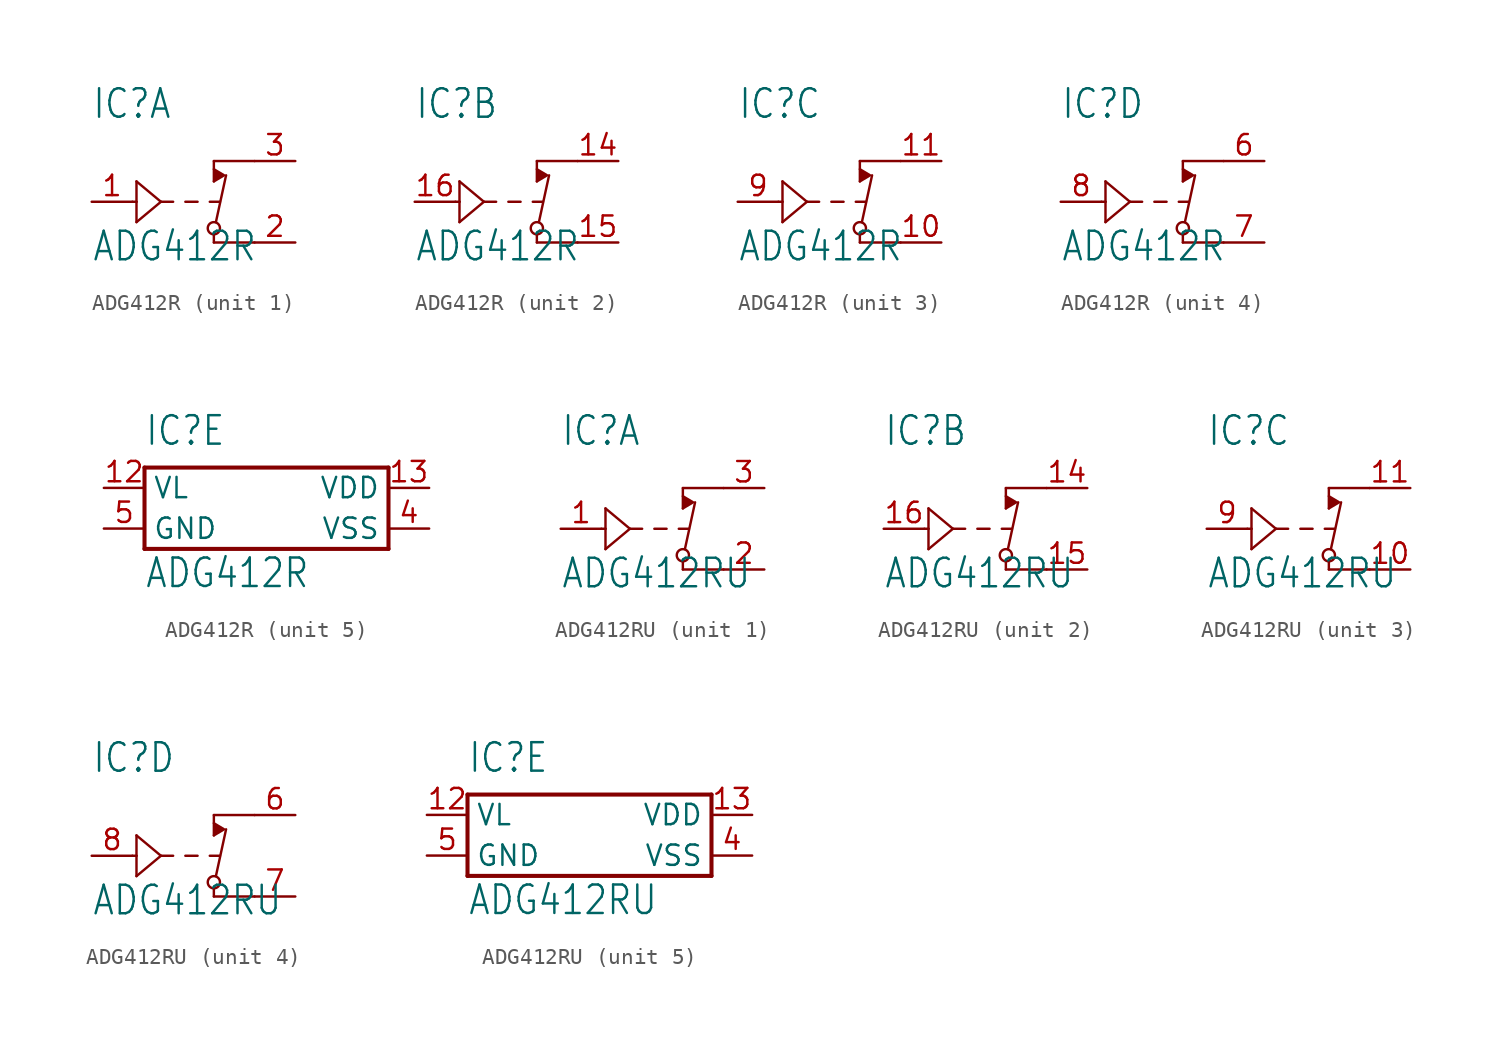
<source format=kicad_sym>
(kicad_symbol_lib
  (version 20211014)
  (generator kicad_symbol_editor)
  (symbol "ADG412R"
    (property "Reference" "IC"
      (at -7.62 5.08 0)
      (effects (font (size 1.778 1.511)) (justify left bottom)))
    (property "Value" "ADG412R"
      (at -7.62 -3.81 0)
      (effects (font (size 1.778 1.511)) (justify left bottom)))
    (property "ki_locked" ""
      (at 0 0 0)
      (effects (font (size 1.27 1.27))))
    (symbol "ADG412R_1_0"
      (circle (center 0 -1.651) (radius 0.381) (stroke (width 0.152) (type default) (color 0 0 0 0)) (fill (type none)))
      (polyline (pts (xy -5.08 0) (xy -4.826 0)) (stroke (width 0.152) (type default) (color 0 0 0 0)) (fill (type none)))
      (polyline (pts (xy -4.826 -1.27) (xy -4.826 0)) (stroke (width 0.152) (type default) (color 0 0 0 0)) (fill (type none)))
      (polyline (pts (xy -4.826 0) (xy -4.826 1.27)) (stroke (width 0.152) (type default) (color 0 0 0 0)) (fill (type none)))
      (polyline (pts (xy -4.826 1.27) (xy -3.302 0)) (stroke (width 0.152) (type default) (color 0 0 0 0)) (fill (type none)))
      (polyline (pts (xy -3.302 0) (xy -4.826 -1.27)) (stroke (width 0.152) (type default) (color 0 0 0 0)) (fill (type none)))
      (polyline (pts (xy -3.302 0) (xy -2.54 0)) (stroke (width 0.152) (type default) (color 0 0 0 0)) (fill (type none)))
      (polyline (pts (xy -1.778 0) (xy -1.016 0)) (stroke (width 0.152) (type default) (color 0 0 0 0)) (fill (type none)))
      (polyline (pts (xy -0.254 0) (xy 0.381 0)) (stroke (width 0.152) (type default) (color 0 0 0 0)) (fill (type none)))
      (polyline (pts (xy 0 -2.54) (xy 0 -2.032)) (stroke (width 0.152) (type default) (color 0 0 0 0)) (fill (type none)))
      (polyline (pts (xy 0 2.54) (xy 0 1.27)) (stroke (width 0.152) (type default) (color 0 0 0 0)) (fill (type none)))
      (polyline (pts (xy 0.127 -1.27) (xy 0.762 1.651)) (stroke (width 0.152) (type default) (color 0 0 0 0)) (fill (type none)))
      (polyline (pts (xy 2.54 -2.54) (xy 0 -2.54)) (stroke (width 0.152) (type default) (color 0 0 0 0)) (fill (type none)))
      (polyline (pts (xy 2.54 2.54) (xy 0 2.54)) (stroke (width 0.152) (type default) (color 0 0 0 0)) (fill (type none)))
      (polyline (pts (xy 0 1.27) (xy 0.635 1.651) (xy 0 2.032)) (stroke (width 0) (type default) (color 0 0 0 0)) (fill (type outline)))
      (pin input line (at -7.62 0 0) (length 2.54) (name "IN" (effects (font (size 0 0)))) (number "1" (effects (font (size 1.27 1.27)))))
      (pin passive line (at 5.08 -2.54 180) (length 2.54) (name "D" (effects (font (size 0 0)))) (number "2" (effects (font (size 1.27 1.27)))))
      (pin passive line (at 5.08 2.54 180) (length 2.54) (name "S" (effects (font (size 0 0)))) (number "3" (effects (font (size 1.27 1.27))))))
    (symbol "ADG412R_2_0"
      (circle (center 0 -1.651) (radius 0.381) (stroke (width 0.152) (type default) (color 0 0 0 0)) (fill (type none)))
      (polyline (pts (xy -5.08 0) (xy -4.826 0)) (stroke (width 0.152) (type default) (color 0 0 0 0)) (fill (type none)))
      (polyline (pts (xy -4.826 -1.27) (xy -4.826 0)) (stroke (width 0.152) (type default) (color 0 0 0 0)) (fill (type none)))
      (polyline (pts (xy -4.826 0) (xy -4.826 1.27)) (stroke (width 0.152) (type default) (color 0 0 0 0)) (fill (type none)))
      (polyline (pts (xy -4.826 1.27) (xy -3.302 0)) (stroke (width 0.152) (type default) (color 0 0 0 0)) (fill (type none)))
      (polyline (pts (xy -3.302 0) (xy -4.826 -1.27)) (stroke (width 0.152) (type default) (color 0 0 0 0)) (fill (type none)))
      (polyline (pts (xy -3.302 0) (xy -2.54 0)) (stroke (width 0.152) (type default) (color 0 0 0 0)) (fill (type none)))
      (polyline (pts (xy -1.778 0) (xy -1.016 0)) (stroke (width 0.152) (type default) (color 0 0 0 0)) (fill (type none)))
      (polyline (pts (xy -0.254 0) (xy 0.381 0)) (stroke (width 0.152) (type default) (color 0 0 0 0)) (fill (type none)))
      (polyline (pts (xy 0 -2.54) (xy 0 -2.032)) (stroke (width 0.152) (type default) (color 0 0 0 0)) (fill (type none)))
      (polyline (pts (xy 0 2.54) (xy 0 1.27)) (stroke (width 0.152) (type default) (color 0 0 0 0)) (fill (type none)))
      (polyline (pts (xy 0.127 -1.27) (xy 0.762 1.651)) (stroke (width 0.152) (type default) (color 0 0 0 0)) (fill (type none)))
      (polyline (pts (xy 2.54 -2.54) (xy 0 -2.54)) (stroke (width 0.152) (type default) (color 0 0 0 0)) (fill (type none)))
      (polyline (pts (xy 2.54 2.54) (xy 0 2.54)) (stroke (width 0.152) (type default) (color 0 0 0 0)) (fill (type none)))
      (polyline (pts (xy 0 1.27) (xy 0.635 1.651) (xy 0 2.032)) (stroke (width 0) (type default) (color 0 0 0 0)) (fill (type outline)))
      (pin passive line (at 5.08 2.54 180) (length 2.54) (name "S" (effects (font (size 0 0)))) (number "14" (effects (font (size 1.27 1.27)))))
      (pin passive line (at 5.08 -2.54 180) (length 2.54) (name "D" (effects (font (size 0 0)))) (number "15" (effects (font (size 1.27 1.27)))))
      (pin input line (at -7.62 0 0) (length 2.54) (name "IN" (effects (font (size 0 0)))) (number "16" (effects (font (size 1.27 1.27))))))
    (symbol "ADG412R_3_0"
      (circle (center 0 -1.651) (radius 0.381) (stroke (width 0.152) (type default) (color 0 0 0 0)) (fill (type none)))
      (polyline (pts (xy -5.08 0) (xy -4.826 0)) (stroke (width 0.152) (type default) (color 0 0 0 0)) (fill (type none)))
      (polyline (pts (xy -4.826 -1.27) (xy -4.826 0)) (stroke (width 0.152) (type default) (color 0 0 0 0)) (fill (type none)))
      (polyline (pts (xy -4.826 0) (xy -4.826 1.27)) (stroke (width 0.152) (type default) (color 0 0 0 0)) (fill (type none)))
      (polyline (pts (xy -4.826 1.27) (xy -3.302 0)) (stroke (width 0.152) (type default) (color 0 0 0 0)) (fill (type none)))
      (polyline (pts (xy -3.302 0) (xy -4.826 -1.27)) (stroke (width 0.152) (type default) (color 0 0 0 0)) (fill (type none)))
      (polyline (pts (xy -3.302 0) (xy -2.54 0)) (stroke (width 0.152) (type default) (color 0 0 0 0)) (fill (type none)))
      (polyline (pts (xy -1.778 0) (xy -1.016 0)) (stroke (width 0.152) (type default) (color 0 0 0 0)) (fill (type none)))
      (polyline (pts (xy -0.254 0) (xy 0.381 0)) (stroke (width 0.152) (type default) (color 0 0 0 0)) (fill (type none)))
      (polyline (pts (xy 0 -2.54) (xy 0 -2.032)) (stroke (width 0.152) (type default) (color 0 0 0 0)) (fill (type none)))
      (polyline (pts (xy 0 2.54) (xy 0 1.27)) (stroke (width 0.152) (type default) (color 0 0 0 0)) (fill (type none)))
      (polyline (pts (xy 0.127 -1.27) (xy 0.762 1.651)) (stroke (width 0.152) (type default) (color 0 0 0 0)) (fill (type none)))
      (polyline (pts (xy 2.54 -2.54) (xy 0 -2.54)) (stroke (width 0.152) (type default) (color 0 0 0 0)) (fill (type none)))
      (polyline (pts (xy 2.54 2.54) (xy 0 2.54)) (stroke (width 0.152) (type default) (color 0 0 0 0)) (fill (type none)))
      (polyline (pts (xy 0 1.27) (xy 0.635 1.651) (xy 0 2.032)) (stroke (width 0) (type default) (color 0 0 0 0)) (fill (type outline)))
      (pin passive line (at 5.08 -2.54 180) (length 2.54) (name "D" (effects (font (size 0 0)))) (number "10" (effects (font (size 1.27 1.27)))))
      (pin passive line (at 5.08 2.54 180) (length 2.54) (name "S" (effects (font (size 0 0)))) (number "11" (effects (font (size 1.27 1.27)))))
      (pin input line (at -7.62 0 0) (length 2.54) (name "IN" (effects (font (size 0 0)))) (number "9" (effects (font (size 1.27 1.27))))))
    (symbol "ADG412R_4_0"
      (circle (center 0 -1.651) (radius 0.381) (stroke (width 0.152) (type default) (color 0 0 0 0)) (fill (type none)))
      (polyline (pts (xy -5.08 0) (xy -4.826 0)) (stroke (width 0.152) (type default) (color 0 0 0 0)) (fill (type none)))
      (polyline (pts (xy -4.826 -1.27) (xy -4.826 0)) (stroke (width 0.152) (type default) (color 0 0 0 0)) (fill (type none)))
      (polyline (pts (xy -4.826 0) (xy -4.826 1.27)) (stroke (width 0.152) (type default) (color 0 0 0 0)) (fill (type none)))
      (polyline (pts (xy -4.826 1.27) (xy -3.302 0)) (stroke (width 0.152) (type default) (color 0 0 0 0)) (fill (type none)))
      (polyline (pts (xy -3.302 0) (xy -4.826 -1.27)) (stroke (width 0.152) (type default) (color 0 0 0 0)) (fill (type none)))
      (polyline (pts (xy -3.302 0) (xy -2.54 0)) (stroke (width 0.152) (type default) (color 0 0 0 0)) (fill (type none)))
      (polyline (pts (xy -1.778 0) (xy -1.016 0)) (stroke (width 0.152) (type default) (color 0 0 0 0)) (fill (type none)))
      (polyline (pts (xy -0.254 0) (xy 0.381 0)) (stroke (width 0.152) (type default) (color 0 0 0 0)) (fill (type none)))
      (polyline (pts (xy 0 -2.54) (xy 0 -2.032)) (stroke (width 0.152) (type default) (color 0 0 0 0)) (fill (type none)))
      (polyline (pts (xy 0 2.54) (xy 0 1.27)) (stroke (width 0.152) (type default) (color 0 0 0 0)) (fill (type none)))
      (polyline (pts (xy 0.127 -1.27) (xy 0.762 1.651)) (stroke (width 0.152) (type default) (color 0 0 0 0)) (fill (type none)))
      (polyline (pts (xy 2.54 -2.54) (xy 0 -2.54)) (stroke (width 0.152) (type default) (color 0 0 0 0)) (fill (type none)))
      (polyline (pts (xy 2.54 2.54) (xy 0 2.54)) (stroke (width 0.152) (type default) (color 0 0 0 0)) (fill (type none)))
      (polyline (pts (xy 0 1.27) (xy 0.635 1.651) (xy 0 2.032)) (stroke (width 0) (type default) (color 0 0 0 0)) (fill (type outline)))
      (pin passive line (at 5.08 2.54 180) (length 2.54) (name "S" (effects (font (size 0 0)))) (number "6" (effects (font (size 1.27 1.27)))))
      (pin passive line (at 5.08 -2.54 180) (length 2.54) (name "D" (effects (font (size 0 0)))) (number "7" (effects (font (size 1.27 1.27)))))
      (pin input line (at -7.62 0 0) (length 2.54) (name "IN" (effects (font (size 0 0)))) (number "8" (effects (font (size 1.27 1.27))))))
    (symbol "ADG412R_5_0"
      (polyline (pts (xy -7.62 -1.27) (xy -7.62 3.81)) (stroke (width 0.254) (type default) (color 0 0 0 0)) (fill (type none)))
      (polyline (pts (xy -7.62 3.81) (xy 7.62 3.81)) (stroke (width 0.254) (type default) (color 0 0 0 0)) (fill (type none)))
      (polyline (pts (xy 7.62 -1.27) (xy -7.62 -1.27)) (stroke (width 0.254) (type default) (color 0 0 0 0)) (fill (type none)))
      (polyline (pts (xy 7.62 3.81) (xy 7.62 -1.27)) (stroke (width 0.254) (type default) (color 0 0 0 0)) (fill (type none)))
      (pin power_in line (at -10.16 2.54 0) (length 2.54) (name "VL" (effects (font (size 1.27 1.27)))) (number "12" (effects (font (size 1.27 1.27)))))
      (pin power_in line (at 10.16 2.54 180) (length 2.54) (name "VDD" (effects (font (size 1.27 1.27)))) (number "13" (effects (font (size 1.27 1.27)))))
      (pin power_in line (at 10.16 0 180) (length 2.54) (name "VSS" (effects (font (size 1.27 1.27)))) (number "4" (effects (font (size 1.27 1.27)))))
      (pin power_in line (at -10.16 0 0) (length 2.54) (name "GND" (effects (font (size 1.27 1.27)))) (number "5" (effects (font (size 1.27 1.27)))))))
  (symbol "ADG412RU"
    (property "Reference" "IC"
      (at -7.62 5.08 0)
      (effects (font (size 1.778 1.511)) (justify left bottom)))
    (property "Value" "ADG412RU"
      (at -7.62 -3.81 0)
      (effects (font (size 1.778 1.511)) (justify left bottom)))
    (property "ki_locked" ""
      (at 0 0 0)
      (effects (font (size 1.27 1.27))))
    (symbol "ADG412RU_1_0"
      (circle (center 0 -1.651) (radius 0.381) (stroke (width 0.152) (type default) (color 0 0 0 0)) (fill (type none)))
      (polyline (pts (xy -5.08 0) (xy -4.826 0)) (stroke (width 0.152) (type default) (color 0 0 0 0)) (fill (type none)))
      (polyline (pts (xy -4.826 -1.27) (xy -4.826 0)) (stroke (width 0.152) (type default) (color 0 0 0 0)) (fill (type none)))
      (polyline (pts (xy -4.826 0) (xy -4.826 1.27)) (stroke (width 0.152) (type default) (color 0 0 0 0)) (fill (type none)))
      (polyline (pts (xy -4.826 1.27) (xy -3.302 0)) (stroke (width 0.152) (type default) (color 0 0 0 0)) (fill (type none)))
      (polyline (pts (xy -3.302 0) (xy -4.826 -1.27)) (stroke (width 0.152) (type default) (color 0 0 0 0)) (fill (type none)))
      (polyline (pts (xy -3.302 0) (xy -2.54 0)) (stroke (width 0.152) (type default) (color 0 0 0 0)) (fill (type none)))
      (polyline (pts (xy -1.778 0) (xy -1.016 0)) (stroke (width 0.152) (type default) (color 0 0 0 0)) (fill (type none)))
      (polyline (pts (xy -0.254 0) (xy 0.381 0)) (stroke (width 0.152) (type default) (color 0 0 0 0)) (fill (type none)))
      (polyline (pts (xy 0 -2.54) (xy 0 -2.032)) (stroke (width 0.152) (type default) (color 0 0 0 0)) (fill (type none)))
      (polyline (pts (xy 0 2.54) (xy 0 1.27)) (stroke (width 0.152) (type default) (color 0 0 0 0)) (fill (type none)))
      (polyline (pts (xy 0.127 -1.27) (xy 0.762 1.651)) (stroke (width 0.152) (type default) (color 0 0 0 0)) (fill (type none)))
      (polyline (pts (xy 2.54 -2.54) (xy 0 -2.54)) (stroke (width 0.152) (type default) (color 0 0 0 0)) (fill (type none)))
      (polyline (pts (xy 2.54 2.54) (xy 0 2.54)) (stroke (width 0.152) (type default) (color 0 0 0 0)) (fill (type none)))
      (polyline (pts (xy 0 1.27) (xy 0.635 1.651) (xy 0 2.032)) (stroke (width 0) (type default) (color 0 0 0 0)) (fill (type outline)))
      (pin input line (at -7.62 0 0) (length 2.54) (name "IN" (effects (font (size 0 0)))) (number "1" (effects (font (size 1.27 1.27)))))
      (pin passive line (at 5.08 -2.54 180) (length 2.54) (name "D" (effects (font (size 0 0)))) (number "2" (effects (font (size 1.27 1.27)))))
      (pin passive line (at 5.08 2.54 180) (length 2.54) (name "S" (effects (font (size 0 0)))) (number "3" (effects (font (size 1.27 1.27))))))
    (symbol "ADG412RU_2_0"
      (circle (center 0 -1.651) (radius 0.381) (stroke (width 0.152) (type default) (color 0 0 0 0)) (fill (type none)))
      (polyline (pts (xy -5.08 0) (xy -4.826 0)) (stroke (width 0.152) (type default) (color 0 0 0 0)) (fill (type none)))
      (polyline (pts (xy -4.826 -1.27) (xy -4.826 0)) (stroke (width 0.152) (type default) (color 0 0 0 0)) (fill (type none)))
      (polyline (pts (xy -4.826 0) (xy -4.826 1.27)) (stroke (width 0.152) (type default) (color 0 0 0 0)) (fill (type none)))
      (polyline (pts (xy -4.826 1.27) (xy -3.302 0)) (stroke (width 0.152) (type default) (color 0 0 0 0)) (fill (type none)))
      (polyline (pts (xy -3.302 0) (xy -4.826 -1.27)) (stroke (width 0.152) (type default) (color 0 0 0 0)) (fill (type none)))
      (polyline (pts (xy -3.302 0) (xy -2.54 0)) (stroke (width 0.152) (type default) (color 0 0 0 0)) (fill (type none)))
      (polyline (pts (xy -1.778 0) (xy -1.016 0)) (stroke (width 0.152) (type default) (color 0 0 0 0)) (fill (type none)))
      (polyline (pts (xy -0.254 0) (xy 0.381 0)) (stroke (width 0.152) (type default) (color 0 0 0 0)) (fill (type none)))
      (polyline (pts (xy 0 -2.54) (xy 0 -2.032)) (stroke (width 0.152) (type default) (color 0 0 0 0)) (fill (type none)))
      (polyline (pts (xy 0 2.54) (xy 0 1.27)) (stroke (width 0.152) (type default) (color 0 0 0 0)) (fill (type none)))
      (polyline (pts (xy 0.127 -1.27) (xy 0.762 1.651)) (stroke (width 0.152) (type default) (color 0 0 0 0)) (fill (type none)))
      (polyline (pts (xy 2.54 -2.54) (xy 0 -2.54)) (stroke (width 0.152) (type default) (color 0 0 0 0)) (fill (type none)))
      (polyline (pts (xy 2.54 2.54) (xy 0 2.54)) (stroke (width 0.152) (type default) (color 0 0 0 0)) (fill (type none)))
      (polyline (pts (xy 0 1.27) (xy 0.635 1.651) (xy 0 2.032)) (stroke (width 0) (type default) (color 0 0 0 0)) (fill (type outline)))
      (pin passive line (at 5.08 2.54 180) (length 2.54) (name "S" (effects (font (size 0 0)))) (number "14" (effects (font (size 1.27 1.27)))))
      (pin passive line (at 5.08 -2.54 180) (length 2.54) (name "D" (effects (font (size 0 0)))) (number "15" (effects (font (size 1.27 1.27)))))
      (pin input line (at -7.62 0 0) (length 2.54) (name "IN" (effects (font (size 0 0)))) (number "16" (effects (font (size 1.27 1.27))))))
    (symbol "ADG412RU_3_0"
      (circle (center 0 -1.651) (radius 0.381) (stroke (width 0.152) (type default) (color 0 0 0 0)) (fill (type none)))
      (polyline (pts (xy -5.08 0) (xy -4.826 0)) (stroke (width 0.152) (type default) (color 0 0 0 0)) (fill (type none)))
      (polyline (pts (xy -4.826 -1.27) (xy -4.826 0)) (stroke (width 0.152) (type default) (color 0 0 0 0)) (fill (type none)))
      (polyline (pts (xy -4.826 0) (xy -4.826 1.27)) (stroke (width 0.152) (type default) (color 0 0 0 0)) (fill (type none)))
      (polyline (pts (xy -4.826 1.27) (xy -3.302 0)) (stroke (width 0.152) (type default) (color 0 0 0 0)) (fill (type none)))
      (polyline (pts (xy -3.302 0) (xy -4.826 -1.27)) (stroke (width 0.152) (type default) (color 0 0 0 0)) (fill (type none)))
      (polyline (pts (xy -3.302 0) (xy -2.54 0)) (stroke (width 0.152) (type default) (color 0 0 0 0)) (fill (type none)))
      (polyline (pts (xy -1.778 0) (xy -1.016 0)) (stroke (width 0.152) (type default) (color 0 0 0 0)) (fill (type none)))
      (polyline (pts (xy -0.254 0) (xy 0.381 0)) (stroke (width 0.152) (type default) (color 0 0 0 0)) (fill (type none)))
      (polyline (pts (xy 0 -2.54) (xy 0 -2.032)) (stroke (width 0.152) (type default) (color 0 0 0 0)) (fill (type none)))
      (polyline (pts (xy 0 2.54) (xy 0 1.27)) (stroke (width 0.152) (type default) (color 0 0 0 0)) (fill (type none)))
      (polyline (pts (xy 0.127 -1.27) (xy 0.762 1.651)) (stroke (width 0.152) (type default) (color 0 0 0 0)) (fill (type none)))
      (polyline (pts (xy 2.54 -2.54) (xy 0 -2.54)) (stroke (width 0.152) (type default) (color 0 0 0 0)) (fill (type none)))
      (polyline (pts (xy 2.54 2.54) (xy 0 2.54)) (stroke (width 0.152) (type default) (color 0 0 0 0)) (fill (type none)))
      (polyline (pts (xy 0 1.27) (xy 0.635 1.651) (xy 0 2.032)) (stroke (width 0) (type default) (color 0 0 0 0)) (fill (type outline)))
      (pin passive line (at 5.08 -2.54 180) (length 2.54) (name "D" (effects (font (size 0 0)))) (number "10" (effects (font (size 1.27 1.27)))))
      (pin passive line (at 5.08 2.54 180) (length 2.54) (name "S" (effects (font (size 0 0)))) (number "11" (effects (font (size 1.27 1.27)))))
      (pin input line (at -7.62 0 0) (length 2.54) (name "IN" (effects (font (size 0 0)))) (number "9" (effects (font (size 1.27 1.27))))))
    (symbol "ADG412RU_4_0"
      (circle (center 0 -1.651) (radius 0.381) (stroke (width 0.152) (type default) (color 0 0 0 0)) (fill (type none)))
      (polyline (pts (xy -5.08 0) (xy -4.826 0)) (stroke (width 0.152) (type default) (color 0 0 0 0)) (fill (type none)))
      (polyline (pts (xy -4.826 -1.27) (xy -4.826 0)) (stroke (width 0.152) (type default) (color 0 0 0 0)) (fill (type none)))
      (polyline (pts (xy -4.826 0) (xy -4.826 1.27)) (stroke (width 0.152) (type default) (color 0 0 0 0)) (fill (type none)))
      (polyline (pts (xy -4.826 1.27) (xy -3.302 0)) (stroke (width 0.152) (type default) (color 0 0 0 0)) (fill (type none)))
      (polyline (pts (xy -3.302 0) (xy -4.826 -1.27)) (stroke (width 0.152) (type default) (color 0 0 0 0)) (fill (type none)))
      (polyline (pts (xy -3.302 0) (xy -2.54 0)) (stroke (width 0.152) (type default) (color 0 0 0 0)) (fill (type none)))
      (polyline (pts (xy -1.778 0) (xy -1.016 0)) (stroke (width 0.152) (type default) (color 0 0 0 0)) (fill (type none)))
      (polyline (pts (xy -0.254 0) (xy 0.381 0)) (stroke (width 0.152) (type default) (color 0 0 0 0)) (fill (type none)))
      (polyline (pts (xy 0 -2.54) (xy 0 -2.032)) (stroke (width 0.152) (type default) (color 0 0 0 0)) (fill (type none)))
      (polyline (pts (xy 0 2.54) (xy 0 1.27)) (stroke (width 0.152) (type default) (color 0 0 0 0)) (fill (type none)))
      (polyline (pts (xy 0.127 -1.27) (xy 0.762 1.651)) (stroke (width 0.152) (type default) (color 0 0 0 0)) (fill (type none)))
      (polyline (pts (xy 2.54 -2.54) (xy 0 -2.54)) (stroke (width 0.152) (type default) (color 0 0 0 0)) (fill (type none)))
      (polyline (pts (xy 2.54 2.54) (xy 0 2.54)) (stroke (width 0.152) (type default) (color 0 0 0 0)) (fill (type none)))
      (polyline (pts (xy 0 1.27) (xy 0.635 1.651) (xy 0 2.032)) (stroke (width 0) (type default) (color 0 0 0 0)) (fill (type outline)))
      (pin passive line (at 5.08 2.54 180) (length 2.54) (name "S" (effects (font (size 0 0)))) (number "6" (effects (font (size 1.27 1.27)))))
      (pin passive line (at 5.08 -2.54 180) (length 2.54) (name "D" (effects (font (size 0 0)))) (number "7" (effects (font (size 1.27 1.27)))))
      (pin input line (at -7.62 0 0) (length 2.54) (name "IN" (effects (font (size 0 0)))) (number "8" (effects (font (size 1.27 1.27))))))
    (symbol "ADG412RU_5_0"
      (polyline (pts (xy -7.62 -1.27) (xy -7.62 3.81)) (stroke (width 0.254) (type default) (color 0 0 0 0)) (fill (type none)))
      (polyline (pts (xy -7.62 3.81) (xy 7.62 3.81)) (stroke (width 0.254) (type default) (color 0 0 0 0)) (fill (type none)))
      (polyline (pts (xy 7.62 -1.27) (xy -7.62 -1.27)) (stroke (width 0.254) (type default) (color 0 0 0 0)) (fill (type none)))
      (polyline (pts (xy 7.62 3.81) (xy 7.62 -1.27)) (stroke (width 0.254) (type default) (color 0 0 0 0)) (fill (type none)))
      (pin power_in line (at -10.16 2.54 0) (length 2.54) (name "VL" (effects (font (size 1.27 1.27)))) (number "12" (effects (font (size 1.27 1.27)))))
      (pin power_in line (at 10.16 2.54 180) (length 2.54) (name "VDD" (effects (font (size 1.27 1.27)))) (number "13" (effects (font (size 1.27 1.27)))))
      (pin power_in line (at 10.16 0 180) (length 2.54) (name "VSS" (effects (font (size 1.27 1.27)))) (number "4" (effects (font (size 1.27 1.27)))))
      (pin power_in line (at -10.16 0 0) (length 2.54) (name "GND" (effects (font (size 1.27 1.27)))) (number "5" (effects (font (size 1.27 1.27))))))))
</source>
